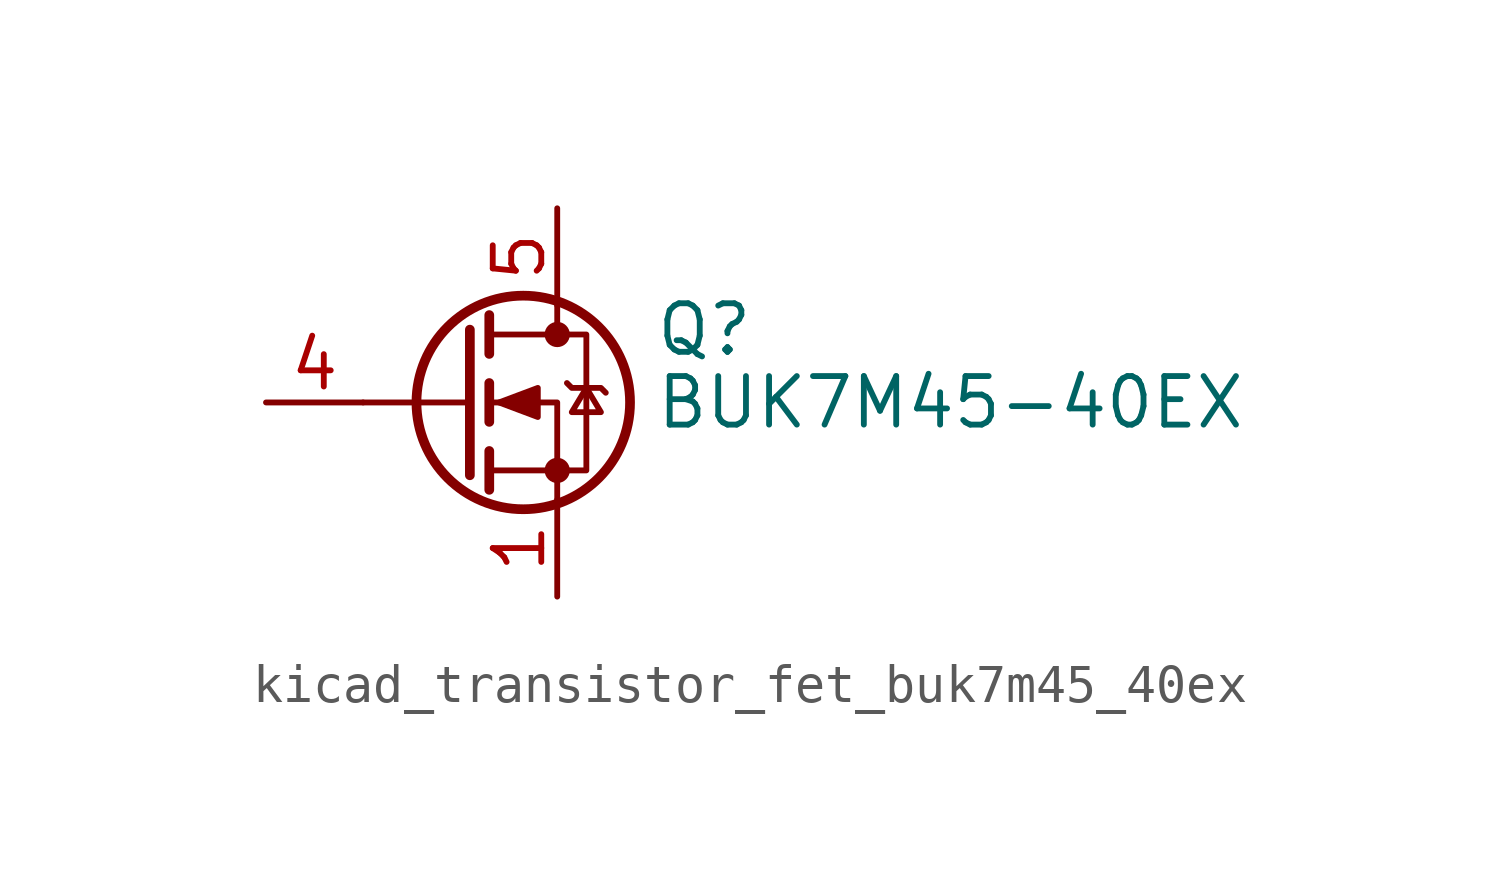
<source format=kicad_sym>
(kicad_symbol_lib
  (version 20220914)
  (generator kicad_symbol_editor)
  (symbol "kicad_transistor_fet_buk7m45_40ex"
    (pin_names hide)
    (property "Reference" "Q"
      (at 5.08 1.905 0)
      (effects (font (size 1.27 1.27)) (justify left)))
    (property "Value" "BUK7M45-40EX"
      (at 5.08 0 0)
      (effects (font (size 1.27 1.27)) (justify left)))
    (symbol "kicad_transistor_fet_buk7m45_40ex_0_1"
      (polyline (pts (xy 0.254 0) (xy -2.54 0)) (stroke (width 0) (type default)) (fill (type none)))
      (polyline (pts (xy 0.254 1.905) (xy 0.254 -1.905)) (stroke (width 0.254) (type default)) (fill (type none)))
      (polyline (pts (xy 0.762 -1.27) (xy 0.762 -2.286)) (stroke (width 0.254) (type default)) (fill (type none)))
      (polyline (pts (xy 0.762 0.508) (xy 0.762 -0.508)) (stroke (width 0.254) (type default)) (fill (type none)))
      (polyline (pts (xy 0.762 2.286) (xy 0.762 1.27)) (stroke (width 0.254) (type default)) (fill (type none)))
      (polyline (pts (xy 2.54 2.54) (xy 2.54 1.778)) (stroke (width 0) (type default)) (fill (type none)))
      (polyline (pts (xy 2.54 -2.54) (xy 2.54 0) (xy 0.762 0)) (stroke (width 0) (type default)) (fill (type none)))
      (polyline (pts (xy 0.762 -1.778) (xy 3.302 -1.778) (xy 3.302 1.778) (xy 0.762 1.778)) (stroke (width 0) (type default)) (fill (type none)))
      (polyline (pts (xy 1.016 0) (xy 2.032 0.381) (xy 2.032 -0.381) (xy 1.016 0)) (stroke (width 0) (type default)) (fill (type outline)))
      (polyline (pts (xy 2.794 0.508) (xy 2.921 0.381) (xy 3.683 0.381) (xy 3.81 0.254)) (stroke (width 0) (type default)) (fill (type none)))
      (polyline (pts (xy 3.302 0.381) (xy 2.921 -0.254) (xy 3.683 -0.254) (xy 3.302 0.381)) (stroke (width 0) (type default)) (fill (type none)))
      (circle (center 1.651 0) (radius 2.794) (stroke (width 0.254) (type default)) (fill (type none)))
      (circle (center 2.54 -1.778) (radius 0.254) (stroke (width 0) (type default)) (fill (type outline)))
      (circle (center 2.54 1.778) (radius 0.254) (stroke (width 0) (type default)) (fill (type outline))))
    (symbol "kicad_transistor_fet_buk7m45_40ex_1_1"
      (pin passive line (at 2.54 -5.08 90) (length 2.54) (name "S" (effects (font (size 1.27 1.27)))) (number "1" (effects (font (size 1.27 1.27)))))
      (pin passive line (at 2.54 -5.08 90) (length 2.54) hide (name "S" (effects (font (size 1.27 1.27)))) (number "2" (effects (font (size 1.27 1.27)))))
      (pin passive line (at 2.54 -5.08 90) (length 2.54) hide (name "S" (effects (font (size 1.27 1.27)))) (number "3" (effects (font (size 1.27 1.27)))))
      (pin passive line (at -5.08 0 0) (length 2.54) (name "G" (effects (font (size 1.27 1.27)))) (number "4" (effects (font (size 1.27 1.27)))))
      (pin passive line (at 2.54 5.08 270) (length 2.54) (name "D" (effects (font (size 1.27 1.27)))) (number "5" (effects (font (size 1.27 1.27))))))))
</source>
